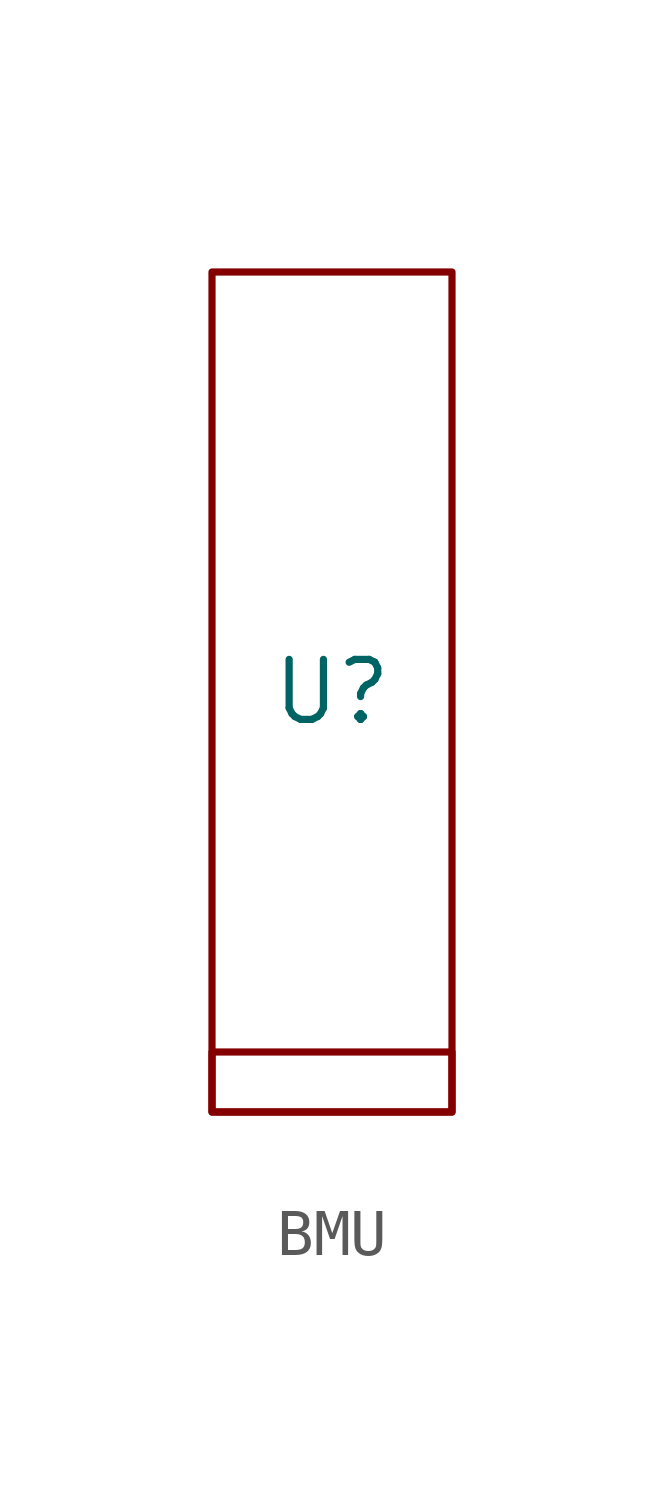
<source format=kicad_sym>
(kicad_symbol_lib
  (version 20231120)
  (generator "kicad_symbol_editor")
  (generator_version "8.0")
  (symbol "BMU"
    (property "Reference" "U"
      (at 0 0 0)
      (effects (font (size 1.27 1.27))))
    (property "Value" ""
      (at 0 0 0)
      (effects (font (size 1.27 1.27))))
    (symbol "BMU_0_1"
      (rectangle (start -2.54 8.89) (end 2.54 -8.89) (stroke (width 0) (type default)) (fill (type none)))
      (rectangle (start 2.54 -8.89) (end -2.54 -7.62) (stroke (width 0) (type default)) (fill (type none))))))
</source>
